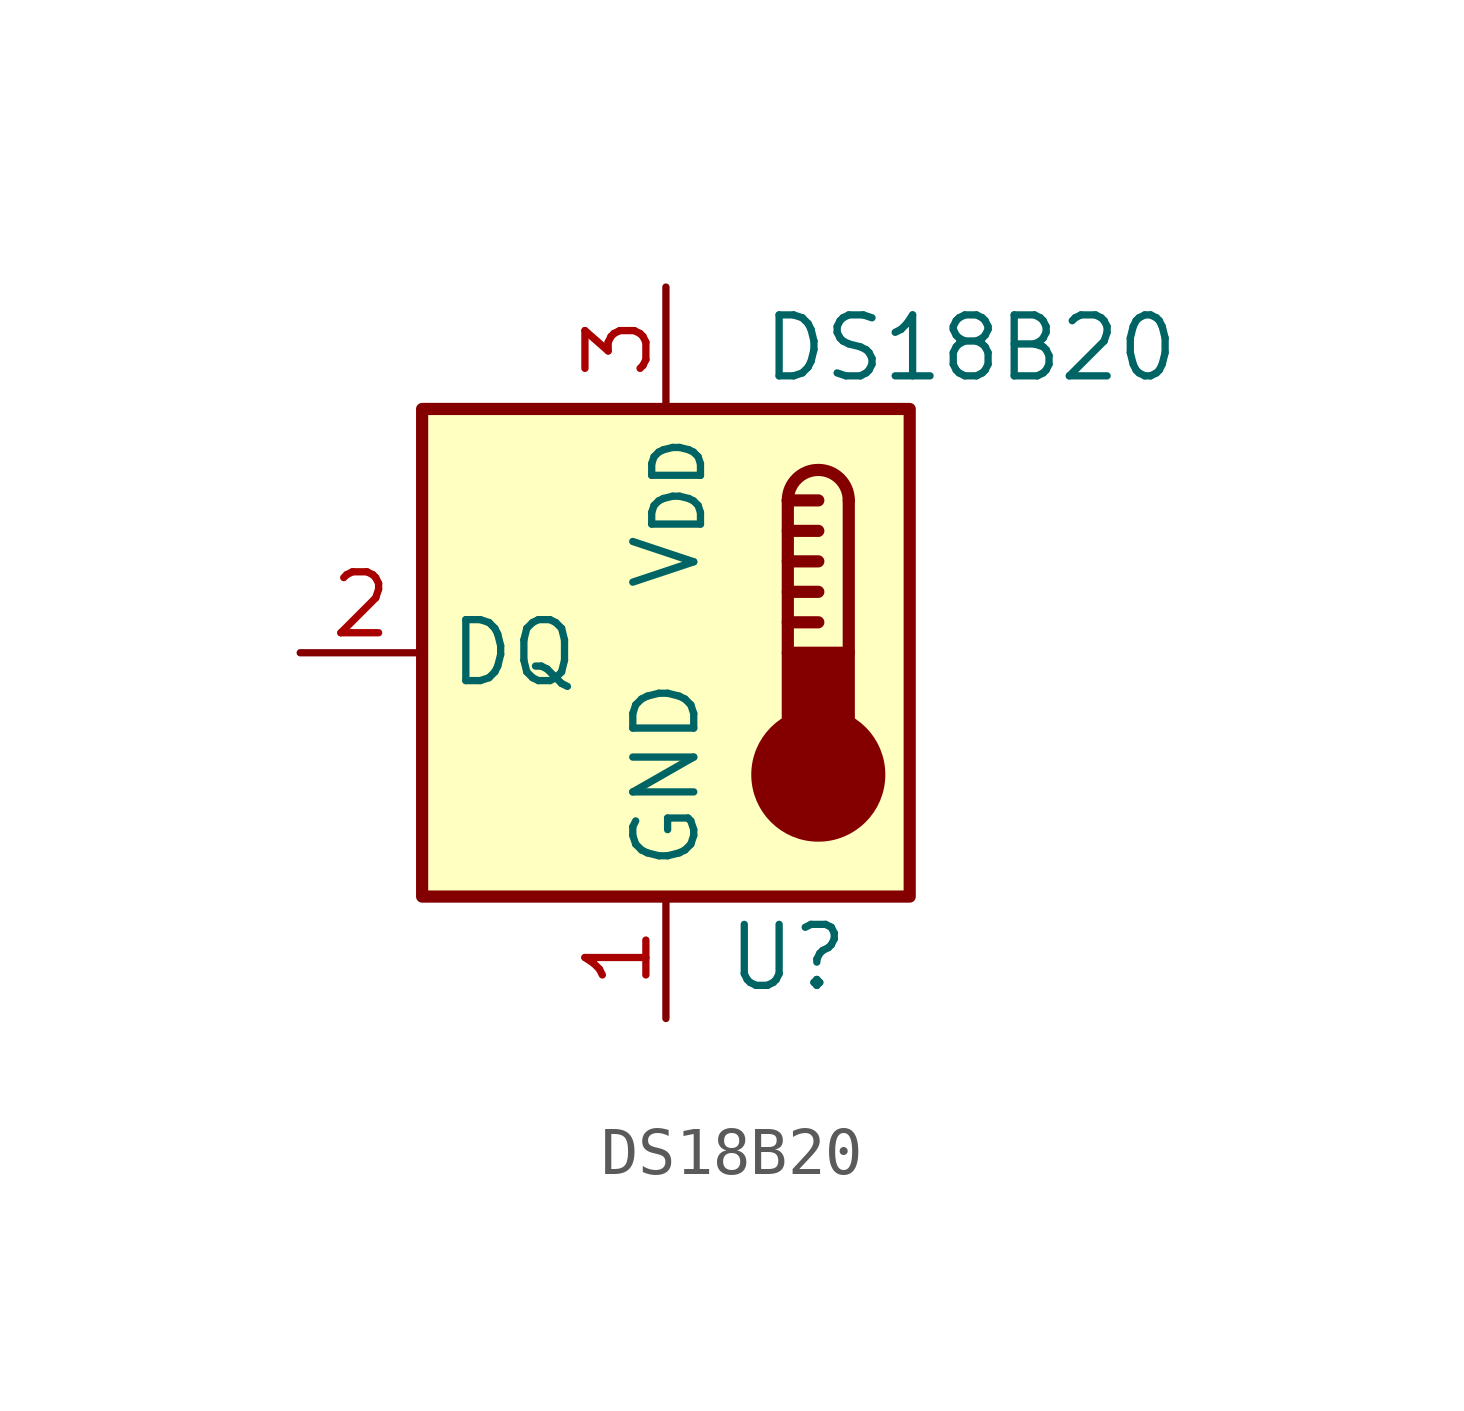
<source format=kicad_sym>
(kicad_symbol_lib
  (version 20220914)
  (generator kicad_symbol_editor)
  (symbol "DS18B20"
    (property "Reference" "U"
      (at 2.54 -6.35 0)
      (effects (font (size 1.27 1.27))))
    (property "Value" "DS18B20"
      (at 6.35 6.35 0)
      (effects (font (size 1.27 1.27))))
    (symbol "DS18B20_0_1"
      (rectangle (start -5.08 5.08) (end 5.08 -5.08) (stroke (width 0.254) (type default)) (fill (type background)))
      (polyline (pts (xy 2.54 0.635) (xy 3.175 0.635)) (stroke (width 0.254) (type default)) (fill (type none)))
      (polyline (pts (xy 2.54 1.27) (xy 3.175 1.27)) (stroke (width 0.254) (type default)) (fill (type none)))
      (polyline (pts (xy 2.54 1.905) (xy 3.175 1.905)) (stroke (width 0.254) (type default)) (fill (type none)))
      (polyline (pts (xy 2.54 2.54) (xy 3.175 2.54)) (stroke (width 0.254) (type default)) (fill (type none)))
      (polyline (pts (xy 2.54 3.175) (xy 2.54 0)) (stroke (width 0.254) (type default)) (fill (type none)))
      (polyline (pts (xy 2.54 3.175) (xy 3.175 3.175)) (stroke (width 0.254) (type default)) (fill (type none)))
      (polyline (pts (xy 3.81 3.175) (xy 3.81 0)) (stroke (width 0.254) (type default)) (fill (type none)))
      (rectangle (start 2.54 0) (end 3.81 -1.905) (stroke (width 0.254) (type default)) (fill (type outline)))
      (circle (center 3.175 -2.54) (radius 1.27) (stroke (width 0.254) (type default)) (fill (type outline)))
      (arc (start 3.81 3.175) (mid 3.175 3.8073) (end 2.54 3.175) (stroke (width 0.254) (type default)) (fill (type none))))
    (symbol "DS18B20_1_1"
      (pin power_in line (at 0 -7.62 90) (length 2.54) (name "GND" (effects (font (size 1.27 1.27)))) (number "1" (effects (font (size 1.27 1.27)))))
      (pin bidirectional line (at -7.62 0 0) (length 2.54) (name "DQ" (effects (font (size 1.27 1.27)))) (number "2" (effects (font (size 1.27 1.27)))))
      (pin power_in line (at 0 7.62 270) (length 2.54) (name "V_{DD}" (effects (font (size 1.27 1.27)))) (number "3" (effects (font (size 1.27 1.27))))))))
</source>
